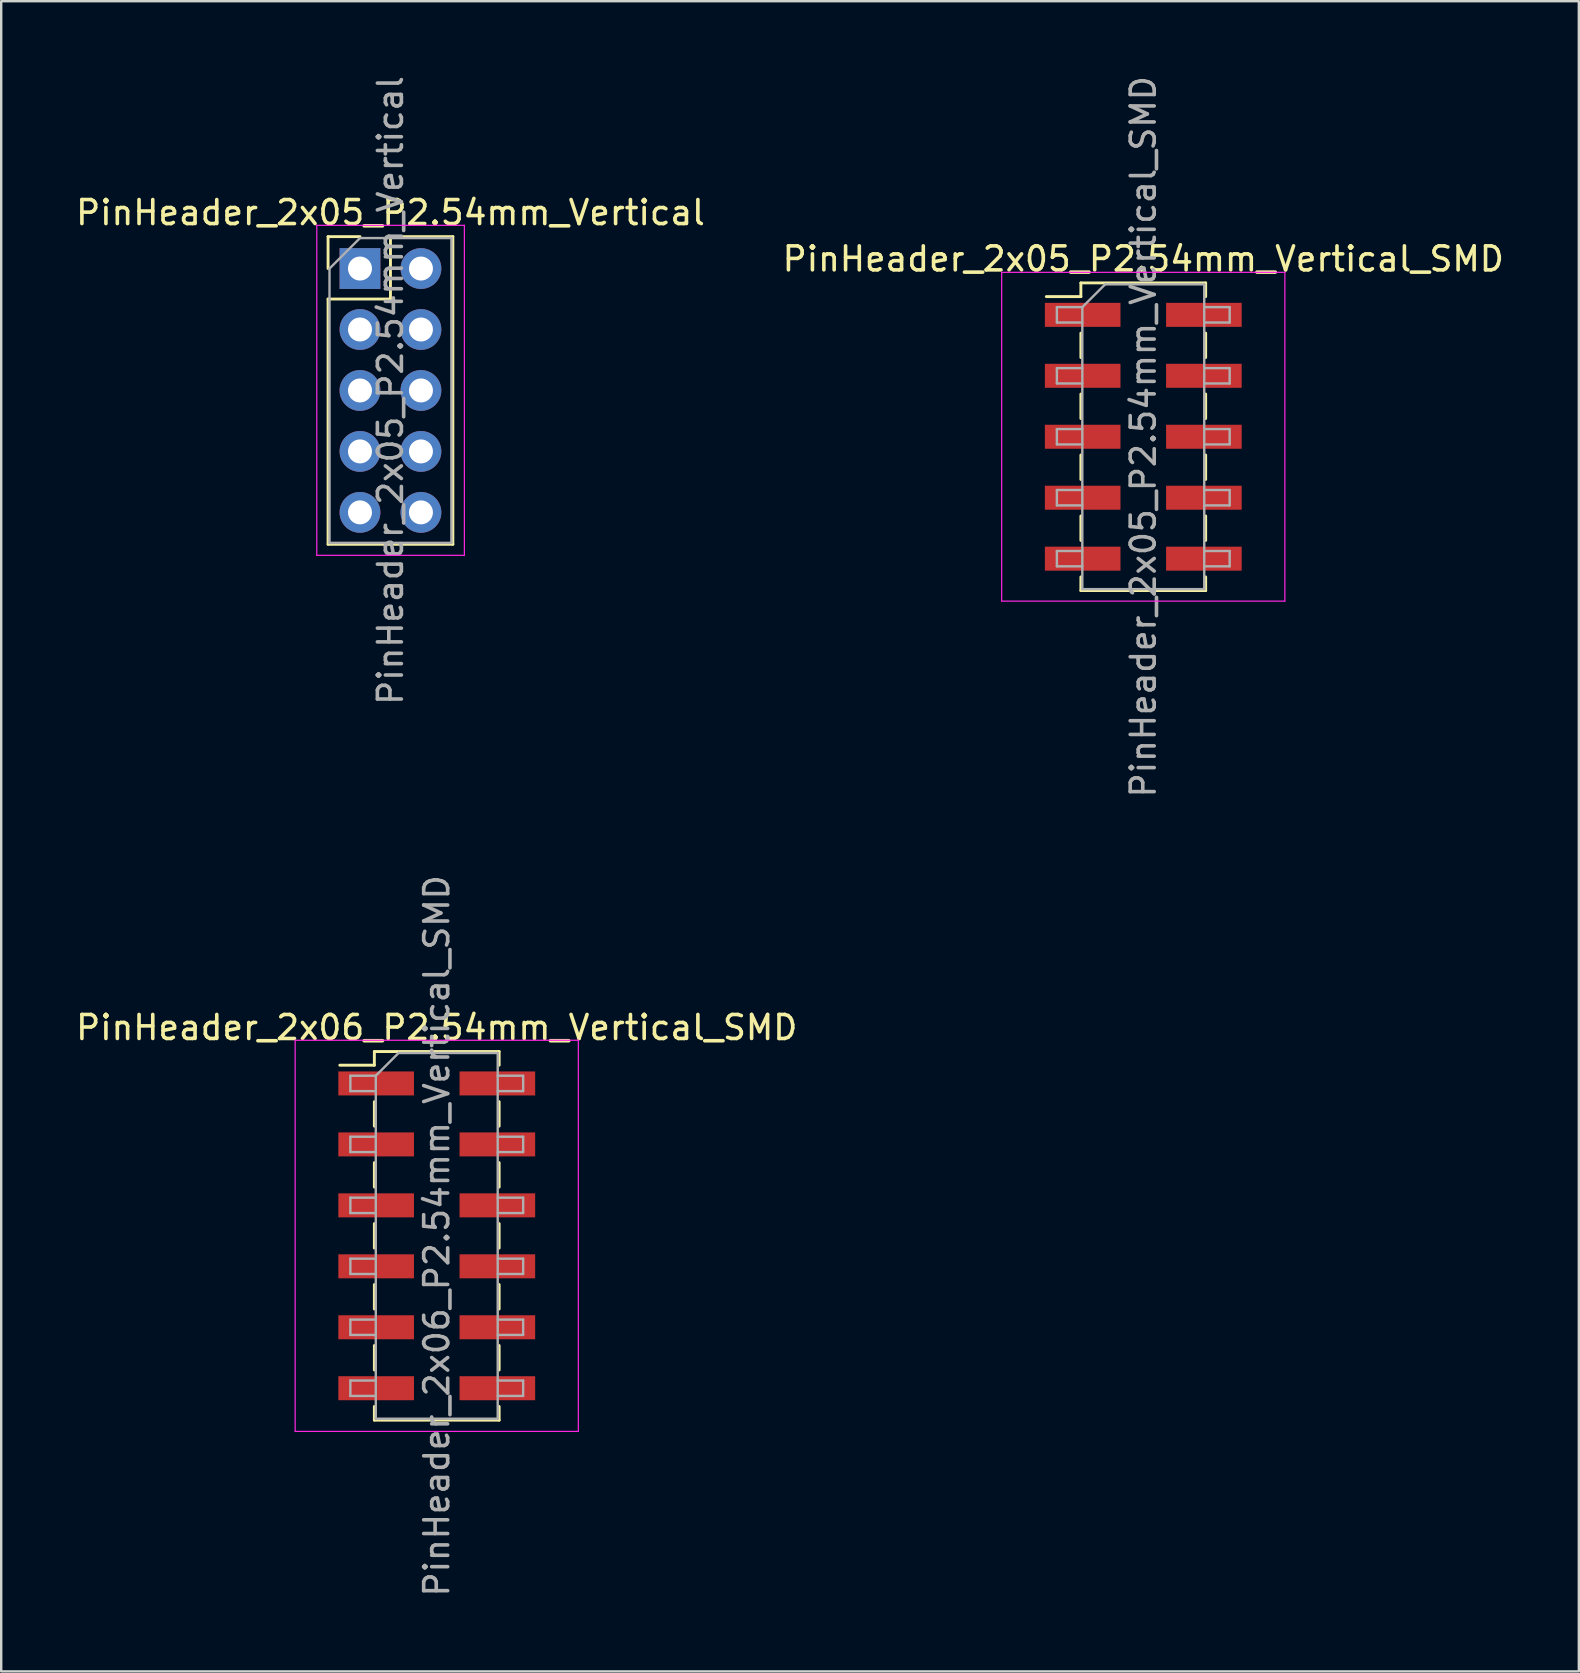
<source format=kicad_pcb>
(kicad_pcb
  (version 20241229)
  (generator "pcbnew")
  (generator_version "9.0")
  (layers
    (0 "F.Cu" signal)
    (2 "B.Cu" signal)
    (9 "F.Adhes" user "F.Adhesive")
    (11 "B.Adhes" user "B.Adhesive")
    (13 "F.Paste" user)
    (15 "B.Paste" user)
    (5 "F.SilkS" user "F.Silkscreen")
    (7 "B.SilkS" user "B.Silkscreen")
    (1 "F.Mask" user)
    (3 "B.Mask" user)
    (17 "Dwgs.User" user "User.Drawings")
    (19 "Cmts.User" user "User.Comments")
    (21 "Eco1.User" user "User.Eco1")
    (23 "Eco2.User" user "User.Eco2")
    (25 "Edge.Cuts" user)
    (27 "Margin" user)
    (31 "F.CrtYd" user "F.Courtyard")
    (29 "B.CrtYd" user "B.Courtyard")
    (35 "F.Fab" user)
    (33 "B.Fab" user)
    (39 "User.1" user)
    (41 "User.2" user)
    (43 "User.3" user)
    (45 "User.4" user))
  (footprint "PinHeader_2x05_P2.54mm_Vertical_SMD"
    (layer "F.Cu")
    (at 44.589 15.149)
    (property "Reference" "PinHeader_2x05_P2.54mm_Vertical_SMD" (at 0 -7.41 0) (layer "F.SilkS") (effects (font (size 1 1) (thickness 0.15))))
    (attr smd)
    (fp_line (start -4.04 -5.84) (end -2.6 -5.84) (stroke (width 0.12) (type solid)) (layer "F.SilkS"))
    (fp_line (start -2.6 -6.41) (end -2.6 -5.84) (stroke (width 0.12) (type solid)) (layer "F.SilkS"))
    (fp_line (start -2.6 -6.41) (end 2.6 -6.41) (stroke (width 0.12) (type solid)) (layer "F.SilkS"))
    (fp_line (start -2.6 -4.32) (end -2.6 -3.3) (stroke (width 0.12) (type solid)) (layer "F.SilkS"))
    (fp_line (start -2.6 -1.78) (end -2.6 -0.76) (stroke (width 0.12) (type solid)) (layer "F.SilkS"))
    (fp_line (start -2.6 0.76) (end -2.6 1.78) (stroke (width 0.12) (type solid)) (layer "F.SilkS"))
    (fp_line (start -2.6 3.3) (end -2.6 4.32) (stroke (width 0.12) (type solid)) (layer "F.SilkS"))
    (fp_line (start -2.6 5.84) (end -2.6 6.41) (stroke (width 0.12) (type solid)) (layer "F.SilkS"))
    (fp_line (start -2.6 6.41) (end 2.6 6.41) (stroke (width 0.12) (type solid)) (layer "F.SilkS"))
    (fp_line (start 2.6 -6.41) (end 2.6 -5.84) (stroke (width 0.12) (type solid)) (layer "F.SilkS"))
    (fp_line (start 2.6 -4.32) (end 2.6 -3.3) (stroke (width 0.12) (type solid)) (layer "F.SilkS"))
    (fp_line (start 2.6 -1.78) (end 2.6 -0.76) (stroke (width 0.12) (type solid)) (layer "F.SilkS"))
    (fp_line (start 2.6 0.76) (end 2.6 1.78) (stroke (width 0.12) (type solid)) (layer "F.SilkS"))
    (fp_line (start 2.6 3.3) (end 2.6 4.32) (stroke (width 0.12) (type solid)) (layer "F.SilkS"))
    (fp_line (start 2.6 5.84) (end 2.6 6.41) (stroke (width 0.12) (type solid)) (layer "F.SilkS"))
    (fp_line (start -5.9 -6.85) (end -5.9 6.85) (stroke (width 0.05) (type solid)) (layer "F.CrtYd"))
    (fp_line (start -5.9 6.85) (end 5.9 6.85) (stroke (width 0.05) (type solid)) (layer "F.CrtYd"))
    (fp_line (start 5.9 -6.85) (end -5.9 -6.85) (stroke (width 0.05) (type solid)) (layer "F.CrtYd"))
    (fp_line (start 5.9 6.85) (end 5.9 -6.85) (stroke (width 0.05) (type solid)) (layer "F.CrtYd"))
    (fp_line (start -3.6 -5.4) (end -3.6 -4.76) (stroke (width 0.1) (type solid)) (layer "F.Fab"))
    (fp_line (start -3.6 -4.76) (end -2.54 -4.76) (stroke (width 0.1) (type solid)) (layer "F.Fab"))
    (fp_line (start -3.6 -2.86) (end -3.6 -2.22) (stroke (width 0.1) (type solid)) (layer "F.Fab"))
    (fp_line (start -3.6 -2.22) (end -2.54 -2.22) (stroke (width 0.1) (type solid)) (layer "F.Fab"))
    (fp_line (start -3.6 -0.32) (end -3.6 0.32) (stroke (width 0.1) (type solid)) (layer "F.Fab"))
    (fp_line (start -3.6 0.32) (end -2.54 0.32) (stroke (width 0.1) (type solid)) (layer "F.Fab"))
    (fp_line (start -3.6 2.22) (end -3.6 2.86) (stroke (width 0.1) (type solid)) (layer "F.Fab"))
    (fp_line (start -3.6 2.86) (end -2.54 2.86) (stroke (width 0.1) (type solid)) (layer "F.Fab"))
    (fp_line (start -3.6 4.76) (end -3.6 5.4) (stroke (width 0.1) (type solid)) (layer "F.Fab"))
    (fp_line (start -3.6 5.4) (end -2.54 5.4) (stroke (width 0.1) (type solid)) (layer "F.Fab"))
    (fp_line (start -2.54 -5.4) (end -3.6 -5.4) (stroke (width 0.1) (type solid)) (layer "F.Fab"))
    (fp_line (start -2.54 -5.4) (end -1.59 -6.35) (stroke (width 0.1) (type solid)) (layer "F.Fab"))
    (fp_line (start -2.54 -2.86) (end -3.6 -2.86) (stroke (width 0.1) (type solid)) (layer "F.Fab"))
    (fp_line (start -2.54 -0.32) (end -3.6 -0.32) (stroke (width 0.1) (type solid)) (layer "F.Fab"))
    (fp_line (start -2.54 2.22) (end -3.6 2.22) (stroke (width 0.1) (type solid)) (layer "F.Fab"))
    (fp_line (start -2.54 4.76) (end -3.6 4.76) (stroke (width 0.1) (type solid)) (layer "F.Fab"))
    (fp_line (start -2.54 6.35) (end -2.54 -5.4) (stroke (width 0.1) (type solid)) (layer "F.Fab"))
    (fp_line (start -1.59 -6.35) (end 2.54 -6.35) (stroke (width 0.1) (type solid)) (layer "F.Fab"))
    (fp_line (start 2.54 -6.35) (end 2.54 6.35) (stroke (width 0.1) (type solid)) (layer "F.Fab"))
    (fp_line (start 2.54 -5.4) (end 3.6 -5.4) (stroke (width 0.1) (type solid)) (layer "F.Fab"))
    (fp_line (start 2.54 -2.86) (end 3.6 -2.86) (stroke (width 0.1) (type solid)) (layer "F.Fab"))
    (fp_line (start 2.54 -0.32) (end 3.6 -0.32) (stroke (width 0.1) (type solid)) (layer "F.Fab"))
    (fp_line (start 2.54 2.22) (end 3.6 2.22) (stroke (width 0.1) (type solid)) (layer "F.Fab"))
    (fp_line (start 2.54 4.76) (end 3.6 4.76) (stroke (width 0.1) (type solid)) (layer "F.Fab"))
    (fp_line (start 2.54 6.35) (end -2.54 6.35) (stroke (width 0.1) (type solid)) (layer "F.Fab"))
    (fp_line (start 3.6 -5.4) (end 3.6 -4.76) (stroke (width 0.1) (type solid)) (layer "F.Fab"))
    (fp_line (start 3.6 -4.76) (end 2.54 -4.76) (stroke (width 0.1) (type solid)) (layer "F.Fab"))
    (fp_line (start 3.6 -2.86) (end 3.6 -2.22) (stroke (width 0.1) (type solid)) (layer "F.Fab"))
    (fp_line (start 3.6 -2.22) (end 2.54 -2.22) (stroke (width 0.1) (type solid)) (layer "F.Fab"))
    (fp_line (start 3.6 -0.32) (end 3.6 0.32) (stroke (width 0.1) (type solid)) (layer "F.Fab"))
    (fp_line (start 3.6 0.32) (end 2.54 0.32) (stroke (width 0.1) (type solid)) (layer "F.Fab"))
    (fp_line (start 3.6 2.22) (end 3.6 2.86) (stroke (width 0.1) (type solid)) (layer "F.Fab"))
    (fp_line (start 3.6 2.86) (end 2.54 2.86) (stroke (width 0.1) (type solid)) (layer "F.Fab"))
    (fp_line (start 3.6 4.76) (end 3.6 5.4) (stroke (width 0.1) (type solid)) (layer "F.Fab"))
    (fp_line (start 3.6 5.4) (end 2.54 5.4) (stroke (width 0.1) (type solid)) (layer "F.Fab"))
    (fp_text user "${REFERENCE}" (at 0 0 90) (layer "F.Fab") (effects (font (size 1 1) (thickness 0.15))))
    (pad "1" smd rect (at -2.525 -5.08) (size 3.15 1) (layers "F.Cu" "F.Mask" "F.Paste"))
    (pad "2" smd rect (at 2.525 -5.08) (size 3.15 1) (layers "F.Cu" "F.Mask" "F.Paste"))
    (pad "3" smd rect (at -2.525 -2.54) (size 3.15 1) (layers "F.Cu" "F.Mask" "F.Paste"))
    (pad "4" smd rect (at 2.525 -2.54) (size 3.15 1) (layers "F.Cu" "F.Mask" "F.Paste"))
    (pad "5" smd rect (at -2.525 0) (size 3.15 1) (layers "F.Cu" "F.Mask" "F.Paste"))
    (pad "6" smd rect (at 2.525 0) (size 3.15 1) (layers "F.Cu" "F.Mask" "F.Paste"))
    (pad "7" smd rect (at -2.525 2.54) (size 3.15 1) (layers "F.Cu" "F.Mask" "F.Paste"))
    (pad "8" smd rect (at 2.525 2.54) (size 3.15 1) (layers "F.Cu" "F.Mask" "F.Paste"))
    (pad "9" smd rect (at -2.525 5.08) (size 3.15 1) (layers "F.Cu" "F.Mask" "F.Paste"))
    (pad "10" smd rect (at 2.525 5.08) (size 3.15 1) (layers "F.Cu" "F.Mask" "F.Paste")))
  (footprint "PinHeader_2x06_P2.54mm_Vertical_SMD"
    (layer "F.Cu")
    (at 15.149 48.446)
    (property "Reference" "PinHeader_2x06_P2.54mm_Vertical_SMD" (at 0 -8.68 0) (layer "F.SilkS") (effects (font (size 1 1) (thickness 0.15))))
    (attr smd)
    (fp_line (start -4.04 -7.11) (end -2.6 -7.11) (stroke (width 0.12) (type solid)) (layer "F.SilkS"))
    (fp_line (start -2.6 -7.68) (end -2.6 -7.11) (stroke (width 0.12) (type solid)) (layer "F.SilkS"))
    (fp_line (start -2.6 -7.68) (end 2.6 -7.68) (stroke (width 0.12) (type solid)) (layer "F.SilkS"))
    (fp_line (start -2.6 -5.59) (end -2.6 -4.57) (stroke (width 0.12) (type solid)) (layer "F.SilkS"))
    (fp_line (start -2.6 -3.05) (end -2.6 -2.03) (stroke (width 0.12) (type solid)) (layer "F.SilkS"))
    (fp_line (start -2.6 -0.51) (end -2.6 0.51) (stroke (width 0.12) (type solid)) (layer "F.SilkS"))
    (fp_line (start -2.6 2.03) (end -2.6 3.05) (stroke (width 0.12) (type solid)) (layer "F.SilkS"))
    (fp_line (start -2.6 4.57) (end -2.6 5.59) (stroke (width 0.12) (type solid)) (layer "F.SilkS"))
    (fp_line (start -2.6 7.11) (end -2.6 7.68) (stroke (width 0.12) (type solid)) (layer "F.SilkS"))
    (fp_line (start -2.6 7.68) (end 2.6 7.68) (stroke (width 0.12) (type solid)) (layer "F.SilkS"))
    (fp_line (start 2.6 -7.68) (end 2.6 -7.11) (stroke (width 0.12) (type solid)) (layer "F.SilkS"))
    (fp_line (start 2.6 -5.59) (end 2.6 -4.57) (stroke (width 0.12) (type solid)) (layer "F.SilkS"))
    (fp_line (start 2.6 -3.05) (end 2.6 -2.03) (stroke (width 0.12) (type solid)) (layer "F.SilkS"))
    (fp_line (start 2.6 -0.51) (end 2.6 0.51) (stroke (width 0.12) (type solid)) (layer "F.SilkS"))
    (fp_line (start 2.6 2.03) (end 2.6 3.05) (stroke (width 0.12) (type solid)) (layer "F.SilkS"))
    (fp_line (start 2.6 4.57) (end 2.6 5.59) (stroke (width 0.12) (type solid)) (layer "F.SilkS"))
    (fp_line (start 2.6 7.11) (end 2.6 7.68) (stroke (width 0.12) (type solid)) (layer "F.SilkS"))
    (fp_line (start -5.9 -8.15) (end -5.9 8.15) (stroke (width 0.05) (type solid)) (layer "F.CrtYd"))
    (fp_line (start -5.9 8.15) (end 5.9 8.15) (stroke (width 0.05) (type solid)) (layer "F.CrtYd"))
    (fp_line (start 5.9 -8.15) (end -5.9 -8.15) (stroke (width 0.05) (type solid)) (layer "F.CrtYd"))
    (fp_line (start 5.9 8.15) (end 5.9 -8.15) (stroke (width 0.05) (type solid)) (layer "F.CrtYd"))
    (fp_line (start -3.6 -6.67) (end -3.6 -6.03) (stroke (width 0.1) (type solid)) (layer "F.Fab"))
    (fp_line (start -3.6 -6.03) (end -2.54 -6.03) (stroke (width 0.1) (type solid)) (layer "F.Fab"))
    (fp_line (start -3.6 -4.13) (end -3.6 -3.49) (stroke (width 0.1) (type solid)) (layer "F.Fab"))
    (fp_line (start -3.6 -3.49) (end -2.54 -3.49) (stroke (width 0.1) (type solid)) (layer "F.Fab"))
    (fp_line (start -3.6 -1.59) (end -3.6 -0.95) (stroke (width 0.1) (type solid)) (layer "F.Fab"))
    (fp_line (start -3.6 -0.95) (end -2.54 -0.95) (stroke (width 0.1) (type solid)) (layer "F.Fab"))
    (fp_line (start -3.6 0.95) (end -3.6 1.59) (stroke (width 0.1) (type solid)) (layer "F.Fab"))
    (fp_line (start -3.6 1.59) (end -2.54 1.59) (stroke (width 0.1) (type solid)) (layer "F.Fab"))
    (fp_line (start -3.6 3.49) (end -3.6 4.13) (stroke (width 0.1) (type solid)) (layer "F.Fab"))
    (fp_line (start -3.6 4.13) (end -2.54 4.13) (stroke (width 0.1) (type solid)) (layer "F.Fab"))
    (fp_line (start -3.6 6.03) (end -3.6 6.67) (stroke (width 0.1) (type solid)) (layer "F.Fab"))
    (fp_line (start -3.6 6.67) (end -2.54 6.67) (stroke (width 0.1) (type solid)) (layer "F.Fab"))
    (fp_line (start -2.54 -6.67) (end -3.6 -6.67) (stroke (width 0.1) (type solid)) (layer "F.Fab"))
    (fp_line (start -2.54 -6.67) (end -1.59 -7.62) (stroke (width 0.1) (type solid)) (layer "F.Fab"))
    (fp_line (start -2.54 -4.13) (end -3.6 -4.13) (stroke (width 0.1) (type solid)) (layer "F.Fab"))
    (fp_line (start -2.54 -1.59) (end -3.6 -1.59) (stroke (width 0.1) (type solid)) (layer "F.Fab"))
    (fp_line (start -2.54 0.95) (end -3.6 0.95) (stroke (width 0.1) (type solid)) (layer "F.Fab"))
    (fp_line (start -2.54 3.49) (end -3.6 3.49) (stroke (width 0.1) (type solid)) (layer "F.Fab"))
    (fp_line (start -2.54 6.03) (end -3.6 6.03) (stroke (width 0.1) (type solid)) (layer "F.Fab"))
    (fp_line (start -2.54 7.62) (end -2.54 -6.67) (stroke (width 0.1) (type solid)) (layer "F.Fab"))
    (fp_line (start -1.59 -7.62) (end 2.54 -7.62) (stroke (width 0.1) (type solid)) (layer "F.Fab"))
    (fp_line (start 2.54 -7.62) (end 2.54 7.62) (stroke (width 0.1) (type solid)) (layer "F.Fab"))
    (fp_line (start 2.54 -6.67) (end 3.6 -6.67) (stroke (width 0.1) (type solid)) (layer "F.Fab"))
    (fp_line (start 2.54 -4.13) (end 3.6 -4.13) (stroke (width 0.1) (type solid)) (layer "F.Fab"))
    (fp_line (start 2.54 -1.59) (end 3.6 -1.59) (stroke (width 0.1) (type solid)) (layer "F.Fab"))
    (fp_line (start 2.54 0.95) (end 3.6 0.95) (stroke (width 0.1) (type solid)) (layer "F.Fab"))
    (fp_line (start 2.54 3.49) (end 3.6 3.49) (stroke (width 0.1) (type solid)) (layer "F.Fab"))
    (fp_line (start 2.54 6.03) (end 3.6 6.03) (stroke (width 0.1) (type solid)) (layer "F.Fab"))
    (fp_line (start 2.54 7.62) (end -2.54 7.62) (stroke (width 0.1) (type solid)) (layer "F.Fab"))
    (fp_line (start 3.6 -6.67) (end 3.6 -6.03) (stroke (width 0.1) (type solid)) (layer "F.Fab"))
    (fp_line (start 3.6 -6.03) (end 2.54 -6.03) (stroke (width 0.1) (type solid)) (layer "F.Fab"))
    (fp_line (start 3.6 -4.13) (end 3.6 -3.49) (stroke (width 0.1) (type solid)) (layer "F.Fab"))
    (fp_line (start 3.6 -3.49) (end 2.54 -3.49) (stroke (width 0.1) (type solid)) (layer "F.Fab"))
    (fp_line (start 3.6 -1.59) (end 3.6 -0.95) (stroke (width 0.1) (type solid)) (layer "F.Fab"))
    (fp_line (start 3.6 -0.95) (end 2.54 -0.95) (stroke (width 0.1) (type solid)) (layer "F.Fab"))
    (fp_line (start 3.6 0.95) (end 3.6 1.59) (stroke (width 0.1) (type solid)) (layer "F.Fab"))
    (fp_line (start 3.6 1.59) (end 2.54 1.59) (stroke (width 0.1) (type solid)) (layer "F.Fab"))
    (fp_line (start 3.6 3.49) (end 3.6 4.13) (stroke (width 0.1) (type solid)) (layer "F.Fab"))
    (fp_line (start 3.6 4.13) (end 2.54 4.13) (stroke (width 0.1) (type solid)) (layer "F.Fab"))
    (fp_line (start 3.6 6.03) (end 3.6 6.67) (stroke (width 0.1) (type solid)) (layer "F.Fab"))
    (fp_line (start 3.6 6.67) (end 2.54 6.67) (stroke (width 0.1) (type solid)) (layer "F.Fab"))
    (fp_text user "${REFERENCE}" (at 0 0 90) (layer "F.Fab") (effects (font (size 1 1) (thickness 0.15))))
    (pad "1" smd rect (at -2.525 -6.35) (size 3.15 1) (layers "F.Cu" "F.Mask" "F.Paste"))
    (pad "2" smd rect (at 2.525 -6.35) (size 3.15 1) (layers "F.Cu" "F.Mask" "F.Paste"))
    (pad "3" smd rect (at -2.525 -3.81) (size 3.15 1) (layers "F.Cu" "F.Mask" "F.Paste"))
    (pad "4" smd rect (at 2.525 -3.81) (size 3.15 1) (layers "F.Cu" "F.Mask" "F.Paste"))
    (pad "5" smd rect (at -2.525 -1.27) (size 3.15 1) (layers "F.Cu" "F.Mask" "F.Paste"))
    (pad "6" smd rect (at 2.525 -1.27) (size 3.15 1) (layers "F.Cu" "F.Mask" "F.Paste"))
    (pad "7" smd rect (at -2.525 1.27) (size 3.15 1) (layers "F.Cu" "F.Mask" "F.Paste"))
    (pad "8" smd rect (at 2.525 1.27) (size 3.15 1) (layers "F.Cu" "F.Mask" "F.Paste"))
    (pad "9" smd rect (at -2.525 3.81) (size 3.15 1) (layers "F.Cu" "F.Mask" "F.Paste"))
    (pad "10" smd rect (at 2.525 3.81) (size 3.15 1) (layers "F.Cu" "F.Mask" "F.Paste"))
    (pad "11" smd rect (at -2.525 6.35) (size 3.15 1) (layers "F.Cu" "F.Mask" "F.Paste"))
    (pad "12" smd rect (at 2.525 6.35) (size 3.15 1) (layers "F.Cu" "F.Mask" "F.Paste")))
  (footprint "PinHeader_2x05_P2.54mm_Vertical"
    (layer "F.Cu")
    (at 11.95 8.14)
    (property "Reference" "PinHeader_2x05_P2.54mm_Vertical" (at 1.27 -2.33 0) (layer "F.SilkS") (effects (font (size 1 1) (thickness 0.15))))
    (attr through_hole)
    (fp_line (start -1.33 -1.33) (end 0 -1.33) (stroke (width 0.12) (type solid)) (layer "F.SilkS"))
    (fp_line (start -1.33 0) (end -1.33 -1.33) (stroke (width 0.12) (type solid)) (layer "F.SilkS"))
    (fp_line (start -1.33 1.27) (end -1.33 11.49) (stroke (width 0.12) (type solid)) (layer "F.SilkS"))
    (fp_line (start -1.33 1.27) (end 1.27 1.27) (stroke (width 0.12) (type solid)) (layer "F.SilkS"))
    (fp_line (start -1.33 11.49) (end 3.87 11.49) (stroke (width 0.12) (type solid)) (layer "F.SilkS"))
    (fp_line (start 1.27 -1.33) (end 3.87 -1.33) (stroke (width 0.12) (type solid)) (layer "F.SilkS"))
    (fp_line (start 1.27 1.27) (end 1.27 -1.33) (stroke (width 0.12) (type solid)) (layer "F.SilkS"))
    (fp_line (start 3.87 -1.33) (end 3.87 11.49) (stroke (width 0.12) (type solid)) (layer "F.SilkS"))
    (fp_line (start -1.8 -1.8) (end -1.8 11.95) (stroke (width 0.05) (type solid)) (layer "F.CrtYd"))
    (fp_line (start -1.8 11.95) (end 4.35 11.95) (stroke (width 0.05) (type solid)) (layer "F.CrtYd"))
    (fp_line (start 4.35 -1.8) (end -1.8 -1.8) (stroke (width 0.05) (type solid)) (layer "F.CrtYd"))
    (fp_line (start 4.35 11.95) (end 4.35 -1.8) (stroke (width 0.05) (type solid)) (layer "F.CrtYd"))
    (fp_line (start -1.27 0) (end 0 -1.27) (stroke (width 0.1) (type solid)) (layer "F.Fab"))
    (fp_line (start -1.27 11.43) (end -1.27 0) (stroke (width 0.1) (type solid)) (layer "F.Fab"))
    (fp_line (start 0 -1.27) (end 3.81 -1.27) (stroke (width 0.1) (type solid)) (layer "F.Fab"))
    (fp_line (start 3.81 -1.27) (end 3.81 11.43) (stroke (width 0.1) (type solid)) (layer "F.Fab"))
    (fp_line (start 3.81 11.43) (end -1.27 11.43) (stroke (width 0.1) (type solid)) (layer "F.Fab"))
    (fp_text user "${REFERENCE}" (at 1.27 5.08 90) (layer "F.Fab") (effects (font (size 1 1) (thickness 0.15))))
    (pad "1" thru_hole rect (at 0 0) (size 1.7 1.7) (drill 1) (layers "*.Cu" "*.Mask"))
    (pad "2" thru_hole oval (at 2.54 0) (size 1.7 1.7) (drill 1) (layers "*.Cu" "*.Mask"))
    (pad "3" thru_hole oval (at 0 2.54) (size 1.7 1.7) (drill 1) (layers "*.Cu" "*.Mask"))
    (pad "4" thru_hole oval (at 2.54 2.54) (size 1.7 1.7) (drill 1) (layers "*.Cu" "*.Mask"))
    (pad "5" thru_hole oval (at 0 5.08) (size 1.7 1.7) (drill 1) (layers "*.Cu" "*.Mask"))
    (pad "6" thru_hole oval (at 2.54 5.08) (size 1.7 1.7) (drill 1) (layers "*.Cu" "*.Mask"))
    (pad "7" thru_hole oval (at 0 7.62) (size 1.7 1.7) (drill 1) (layers "*.Cu" "*.Mask"))
    (pad "8" thru_hole oval (at 2.54 7.62) (size 1.7 1.7) (drill 1) (layers "*.Cu" "*.Mask"))
    (pad "9" thru_hole oval (at 0 10.16) (size 1.7 1.7) (drill 1) (layers "*.Cu" "*.Mask"))
    (pad "10" thru_hole oval (at 2.54 10.16) (size 1.7 1.7) (drill 1) (layers "*.Cu" "*.Mask")))
  (gr_rect
    (start -3 -3)
    (end 62.738 66.595)
    (stroke (width 0.1) (type default))
    (fill no)
    (layer "Edge.Cuts")))
</source>
